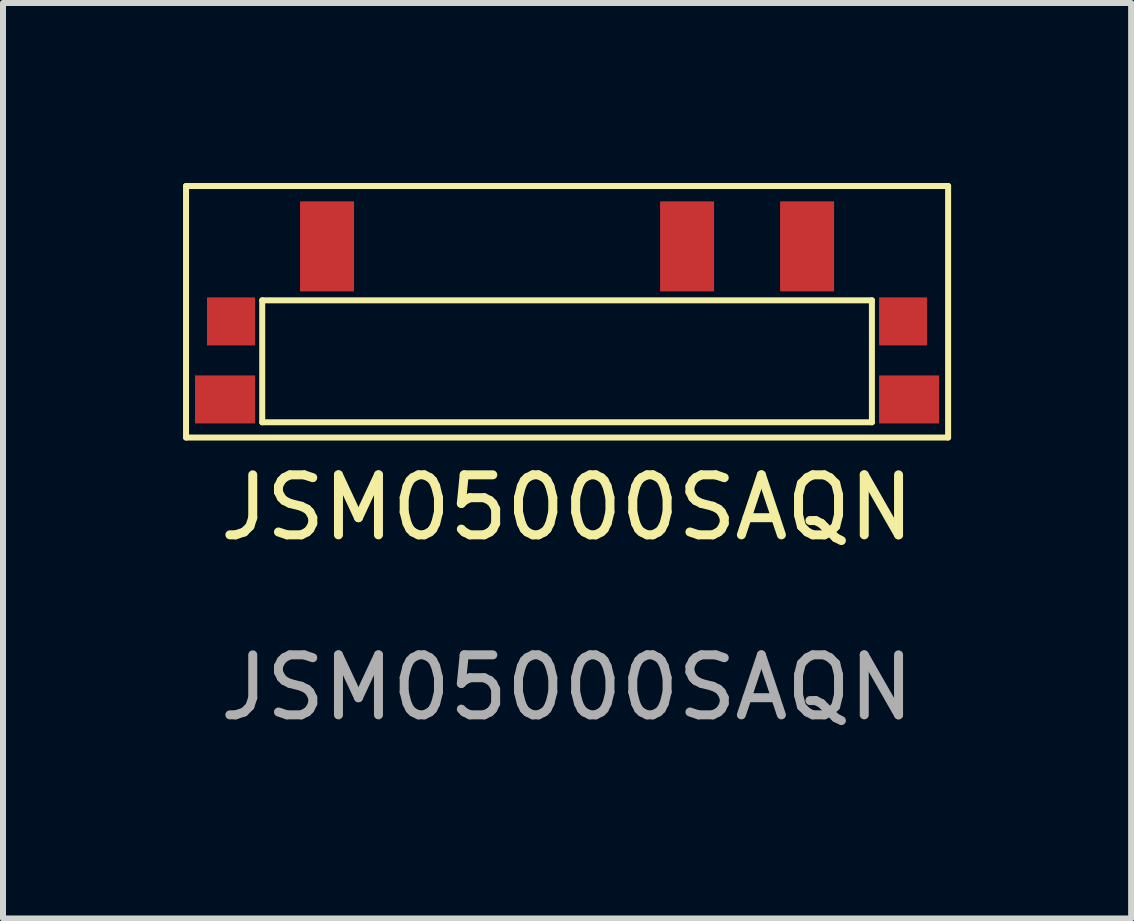
<source format=kicad_pcb>
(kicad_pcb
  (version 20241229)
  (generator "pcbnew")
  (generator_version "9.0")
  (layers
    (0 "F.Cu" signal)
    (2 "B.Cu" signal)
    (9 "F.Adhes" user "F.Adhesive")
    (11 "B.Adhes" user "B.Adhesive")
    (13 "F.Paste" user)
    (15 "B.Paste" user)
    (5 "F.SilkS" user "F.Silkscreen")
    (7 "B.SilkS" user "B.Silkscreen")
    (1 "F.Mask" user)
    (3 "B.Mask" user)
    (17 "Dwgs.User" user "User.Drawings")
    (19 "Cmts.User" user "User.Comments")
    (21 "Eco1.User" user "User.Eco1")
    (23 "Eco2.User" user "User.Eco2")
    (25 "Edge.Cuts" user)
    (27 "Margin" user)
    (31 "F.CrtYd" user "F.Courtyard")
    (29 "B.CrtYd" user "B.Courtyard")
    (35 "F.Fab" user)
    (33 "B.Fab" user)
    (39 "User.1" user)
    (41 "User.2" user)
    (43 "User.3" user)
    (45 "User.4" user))
  (footprint "JSM05000SAQN"
    (layer "F.Cu")
    (at 6.4 3.606)
    (property "Reference" "JSM05000SAQN" (at 0 1.802 0) (unlocked yes) (layer "F.SilkS") (effects (font (size 1 1) (thickness 0.15))))
    (attr smd)
    (fp_line (start -6.35 -3.556) (end 6.35 -3.556) (stroke (width 0.1) (type default)) (layer "F.SilkS"))
    (fp_line (start -6.35 0.635) (end -6.35 -3.556) (stroke (width 0.1) (type default)) (layer "F.SilkS"))
    (fp_line (start -6.35 0.635) (end 6.35 0.635) (stroke (width 0.1) (type default)) (layer "F.SilkS"))
    (fp_line (start -5.08 -1.651) (end 5.08 -1.651) (stroke (width 0.1) (type default)) (layer "F.SilkS"))
    (fp_line (start -5.08 0.381) (end -5.08 -1.651) (stroke (width 0.1) (type default)) (layer "F.SilkS"))
    (fp_line (start 5.08 -1.651) (end 5.08 0.381) (stroke (width 0.1) (type default)) (layer "F.SilkS"))
    (fp_line (start 5.08 0.381) (end -5.08 0.381) (stroke (width 0.1) (type default)) (layer "F.SilkS"))
    (fp_line (start 6.35 -3.556) (end 6.35 0.635) (stroke (width 0.1) (type default)) (layer "F.SilkS"))
    (fp_text user "${REFERENCE}" (at 0 4.802 0) (unlocked yes) (layer "F.Fab") (effects (font (size 1 1) (thickness 0.15))))
    (pad "1" smd rect (at -4 -2.55) (size 0.9 1.5) (layers "F.Cu" "F.Mask" "F.Paste"))
    (pad "2" smd rect (at 2 -2.55) (size 0.9 1.5) (layers "F.Cu" "F.Mask" "F.Paste"))
    (pad "3" smd rect (at 4 -2.55) (size 0.9 1.5) (layers "F.Cu" "F.Mask" "F.Paste"))
    (pad "G1" smd rect (at -5.6 -1.3) (size 0.8 0.8) (layers "F.Cu" "F.Mask" "F.Paste"))
    (pad "G2" smd rect (at 5.6 -1.3) (size 0.8 0.8) (layers "F.Cu" "F.Mask" "F.Paste"))
    (pad "G3" smd rect (at -5.7 0) (size 1 0.8) (layers "F.Cu" "F.Mask" "F.Paste"))
    (pad "G4" smd rect (at 5.7 0) (size 1 0.8) (layers "F.Cu" "F.Mask" "F.Paste")))
  (gr_rect
    (start -3 -3)
    (end 15.8 12.256)
    (stroke (width 0.1) (type default))
    (fill no)
    (layer "Edge.Cuts")))
</source>
